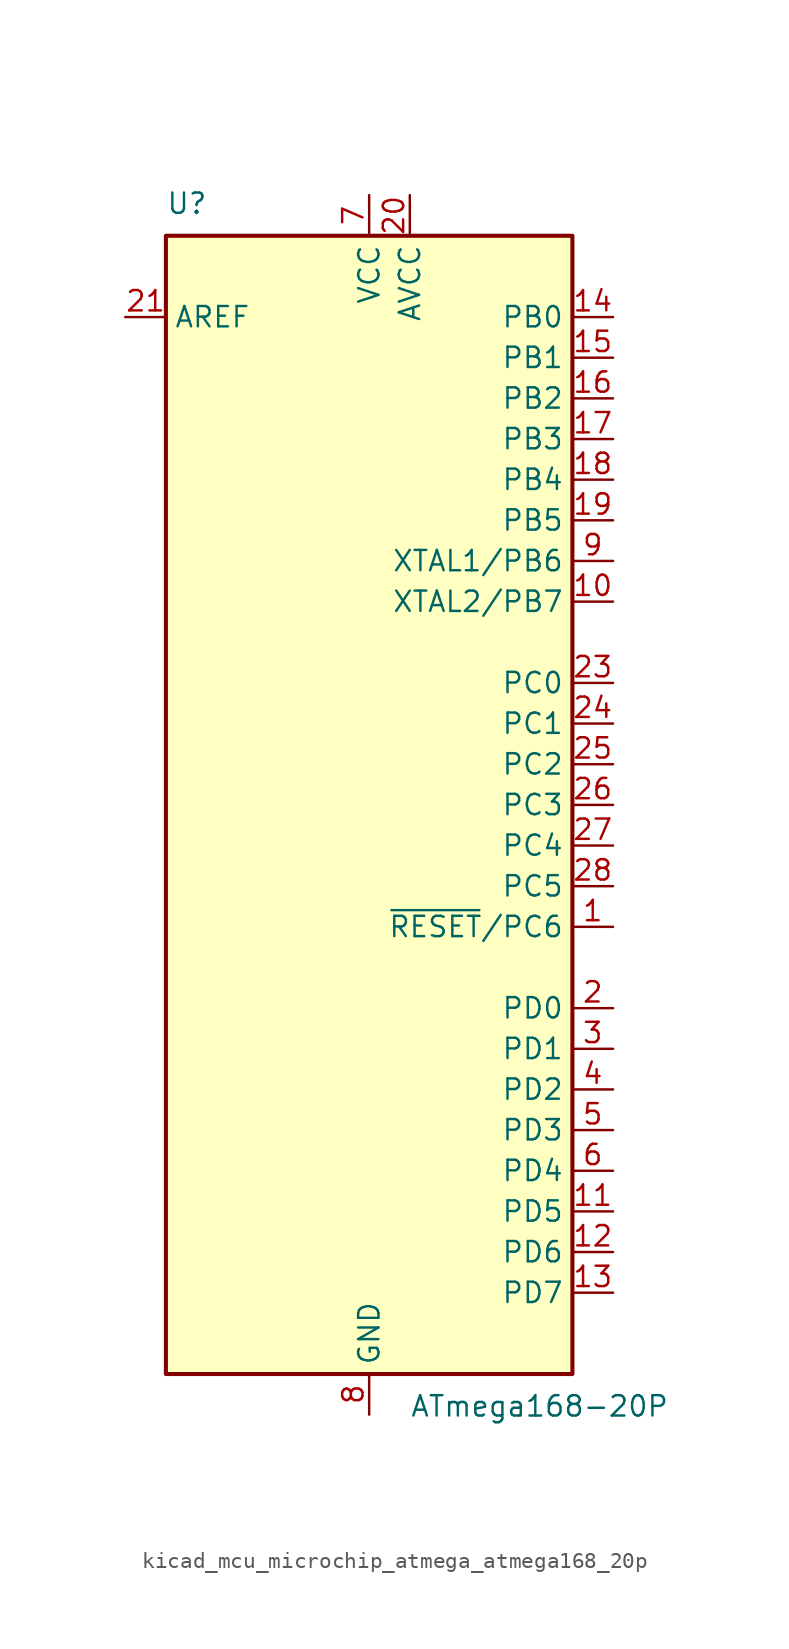
<source format=kicad_sym>
(kicad_symbol_lib
  (version 20220914)
  (generator kicad_symbol_editor)
  (symbol "kicad_mcu_microchip_atmega_atmega168_20p"
    (property "Reference" "U"
      (at -12.7 36.83 0)
      (effects (font (size 1.27 1.27)) (justify left bottom)))
    (property "Value" "ATmega168-20P"
      (at 2.54 -36.83 0)
      (effects (font (size 1.27 1.27)) (justify left top)))
    (symbol "kicad_mcu_microchip_atmega_atmega168_20p_0_1"
      (rectangle (start -12.7 -35.56) (end 12.7 35.56) (stroke (width 0.254) (type default)) (fill (type background))))
    (symbol "kicad_mcu_microchip_atmega_atmega168_20p_1_1"
      (pin bidirectional line (at 15.24 -7.62 180) (length 2.54) (name "~{RESET}/PC6" (effects (font (size 1.27 1.27)))) (number "1" (effects (font (size 1.27 1.27)))))
      (pin bidirectional line (at 15.24 12.7 180) (length 2.54) (name "XTAL2/PB7" (effects (font (size 1.27 1.27)))) (number "10" (effects (font (size 1.27 1.27)))))
      (pin bidirectional line (at 15.24 -25.4 180) (length 2.54) (name "PD5" (effects (font (size 1.27 1.27)))) (number "11" (effects (font (size 1.27 1.27)))))
      (pin bidirectional line (at 15.24 -27.94 180) (length 2.54) (name "PD6" (effects (font (size 1.27 1.27)))) (number "12" (effects (font (size 1.27 1.27)))))
      (pin bidirectional line (at 15.24 -30.48 180) (length 2.54) (name "PD7" (effects (font (size 1.27 1.27)))) (number "13" (effects (font (size 1.27 1.27)))))
      (pin bidirectional line (at 15.24 30.48 180) (length 2.54) (name "PB0" (effects (font (size 1.27 1.27)))) (number "14" (effects (font (size 1.27 1.27)))))
      (pin bidirectional line (at 15.24 27.94 180) (length 2.54) (name "PB1" (effects (font (size 1.27 1.27)))) (number "15" (effects (font (size 1.27 1.27)))))
      (pin bidirectional line (at 15.24 25.4 180) (length 2.54) (name "PB2" (effects (font (size 1.27 1.27)))) (number "16" (effects (font (size 1.27 1.27)))))
      (pin bidirectional line (at 15.24 22.86 180) (length 2.54) (name "PB3" (effects (font (size 1.27 1.27)))) (number "17" (effects (font (size 1.27 1.27)))))
      (pin bidirectional line (at 15.24 20.32 180) (length 2.54) (name "PB4" (effects (font (size 1.27 1.27)))) (number "18" (effects (font (size 1.27 1.27)))))
      (pin bidirectional line (at 15.24 17.78 180) (length 2.54) (name "PB5" (effects (font (size 1.27 1.27)))) (number "19" (effects (font (size 1.27 1.27)))))
      (pin bidirectional line (at 15.24 -12.7 180) (length 2.54) (name "PD0" (effects (font (size 1.27 1.27)))) (number "2" (effects (font (size 1.27 1.27)))))
      (pin power_in line (at 2.54 38.1 270) (length 2.54) (name "AVCC" (effects (font (size 1.27 1.27)))) (number "20" (effects (font (size 1.27 1.27)))))
      (pin passive line (at -15.24 30.48 0) (length 2.54) (name "AREF" (effects (font (size 1.27 1.27)))) (number "21" (effects (font (size 1.27 1.27)))))
      (pin passive line (at 0 -38.1 90) (length 2.54) hide (name "GND" (effects (font (size 1.27 1.27)))) (number "22" (effects (font (size 1.27 1.27)))))
      (pin bidirectional line (at 15.24 7.62 180) (length 2.54) (name "PC0" (effects (font (size 1.27 1.27)))) (number "23" (effects (font (size 1.27 1.27)))))
      (pin bidirectional line (at 15.24 5.08 180) (length 2.54) (name "PC1" (effects (font (size 1.27 1.27)))) (number "24" (effects (font (size 1.27 1.27)))))
      (pin bidirectional line (at 15.24 2.54 180) (length 2.54) (name "PC2" (effects (font (size 1.27 1.27)))) (number "25" (effects (font (size 1.27 1.27)))))
      (pin bidirectional line (at 15.24 0 180) (length 2.54) (name "PC3" (effects (font (size 1.27 1.27)))) (number "26" (effects (font (size 1.27 1.27)))))
      (pin bidirectional line (at 15.24 -2.54 180) (length 2.54) (name "PC4" (effects (font (size 1.27 1.27)))) (number "27" (effects (font (size 1.27 1.27)))))
      (pin bidirectional line (at 15.24 -5.08 180) (length 2.54) (name "PC5" (effects (font (size 1.27 1.27)))) (number "28" (effects (font (size 1.27 1.27)))))
      (pin bidirectional line (at 15.24 -15.24 180) (length 2.54) (name "PD1" (effects (font (size 1.27 1.27)))) (number "3" (effects (font (size 1.27 1.27)))))
      (pin bidirectional line (at 15.24 -17.78 180) (length 2.54) (name "PD2" (effects (font (size 1.27 1.27)))) (number "4" (effects (font (size 1.27 1.27)))))
      (pin bidirectional line (at 15.24 -20.32 180) (length 2.54) (name "PD3" (effects (font (size 1.27 1.27)))) (number "5" (effects (font (size 1.27 1.27)))))
      (pin bidirectional line (at 15.24 -22.86 180) (length 2.54) (name "PD4" (effects (font (size 1.27 1.27)))) (number "6" (effects (font (size 1.27 1.27)))))
      (pin power_in line (at 0 38.1 270) (length 2.54) (name "VCC" (effects (font (size 1.27 1.27)))) (number "7" (effects (font (size 1.27 1.27)))))
      (pin power_in line (at 0 -38.1 90) (length 2.54) (name "GND" (effects (font (size 1.27 1.27)))) (number "8" (effects (font (size 1.27 1.27)))))
      (pin bidirectional line (at 15.24 15.24 180) (length 2.54) (name "XTAL1/PB6" (effects (font (size 1.27 1.27)))) (number "9" (effects (font (size 1.27 1.27))))))))
</source>
